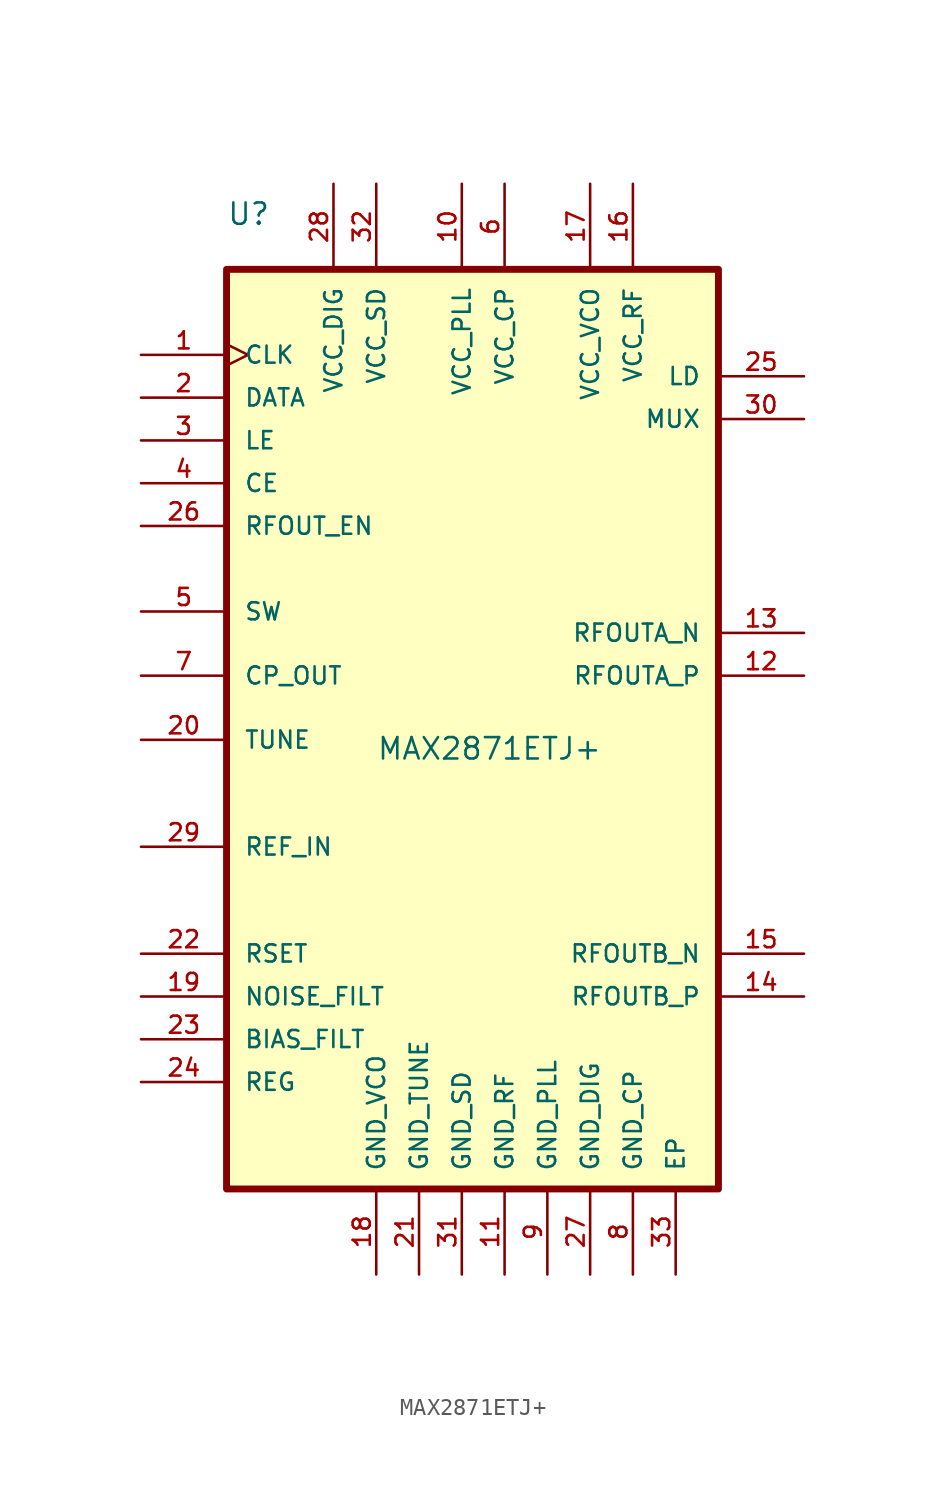
<source format=kicad_sym>
(kicad_symbol_lib
  (version 20211014)
  (generator kicad_symbol_editor)
  (symbol "MAX2871ETJ+"
    (pin_names
      (offset 1.016))
    (property "Reference" "U"
      (at -15.24 31.75 0)
      (effects (font (size 1.27 1.27)) (justify left bottom)))
    (property "Value" "MAX2871ETJ+"
      (at -6.35 0 0)
      (effects (font (size 1.27 1.27)) (justify left bottom)))
    (symbol "MAX2871ETJ+_0_0"
      (rectangle (start -15.24 29.21) (end 13.97 -25.4) (stroke (width 0.41) (type default) (color 0 0 0 0)) (fill (type background)))
      (pin input clock (at -20.32 24.13 0) (length 5.08) (name "CLK" (effects (font (size 1.016 1.016)))) (number "1" (effects (font (size 1.016 1.016)))))
      (pin power_in line (at -1.27 34.29 270) (length 5.08) (name "VCC_PLL" (effects (font (size 1.016 1.016)))) (number "10" (effects (font (size 1.016 1.016)))))
      (pin power_in line (at 1.27 -30.48 90) (length 5.08) (name "GND_RF" (effects (font (size 1.016 1.016)))) (number "11" (effects (font (size 1.016 1.016)))))
      (pin output line (at 19.05 5.08 180) (length 5.08) (name "RFOUTA_P" (effects (font (size 1.016 1.016)))) (number "12" (effects (font (size 1.016 1.016)))))
      (pin output line (at 19.05 7.62 180) (length 5.08) (name "RFOUTA_N" (effects (font (size 1.016 1.016)))) (number "13" (effects (font (size 1.016 1.016)))))
      (pin output line (at 19.05 -13.97 180) (length 5.08) (name "RFOUTB_P" (effects (font (size 1.016 1.016)))) (number "14" (effects (font (size 1.016 1.016)))))
      (pin output line (at 19.05 -11.43 180) (length 5.08) (name "RFOUTB_N" (effects (font (size 1.016 1.016)))) (number "15" (effects (font (size 1.016 1.016)))))
      (pin power_in line (at 8.89 34.29 270) (length 5.08) (name "VCC_RF" (effects (font (size 1.016 1.016)))) (number "16" (effects (font (size 1.016 1.016)))))
      (pin power_in line (at 6.35 34.29 270) (length 5.08) (name "VCC_VCO" (effects (font (size 1.016 1.016)))) (number "17" (effects (font (size 1.016 1.016)))))
      (pin power_in line (at -6.35 -30.48 90) (length 5.08) (name "GND_VCO" (effects (font (size 1.016 1.016)))) (number "18" (effects (font (size 1.016 1.016)))))
      (pin passive line (at -20.32 -13.97 0) (length 5.08) (name "NOISE_FILT" (effects (font (size 1.016 1.016)))) (number "19" (effects (font (size 1.016 1.016)))))
      (pin input line (at -20.32 21.59 0) (length 5.08) (name "DATA" (effects (font (size 1.016 1.016)))) (number "2" (effects (font (size 1.016 1.016)))))
      (pin input line (at -20.32 1.27 0) (length 5.08) (name "TUNE" (effects (font (size 1.016 1.016)))) (number "20" (effects (font (size 1.016 1.016)))))
      (pin power_in line (at -3.81 -30.48 90) (length 5.08) (name "GND_TUNE" (effects (font (size 1.016 1.016)))) (number "21" (effects (font (size 1.016 1.016)))))
      (pin input line (at -20.32 -11.43 0) (length 5.08) (name "RSET" (effects (font (size 1.016 1.016)))) (number "22" (effects (font (size 1.016 1.016)))))
      (pin passive line (at -20.32 -16.51 0) (length 5.08) (name "BIAS_FILT" (effects (font (size 1.016 1.016)))) (number "23" (effects (font (size 1.016 1.016)))))
      (pin passive line (at -20.32 -19.05 0) (length 5.08) (name "REG" (effects (font (size 1.016 1.016)))) (number "24" (effects (font (size 1.016 1.016)))))
      (pin output line (at 19.05 22.86 180) (length 5.08) (name "LD" (effects (font (size 1.016 1.016)))) (number "25" (effects (font (size 1.016 1.016)))))
      (pin output line (at -20.32 13.97 0) (length 5.08) (name "RFOUT_EN" (effects (font (size 1.016 1.016)))) (number "26" (effects (font (size 1.016 1.016)))))
      (pin power_in line (at 6.35 -30.48 90) (length 5.08) (name "GND_DIG" (effects (font (size 1.016 1.016)))) (number "27" (effects (font (size 1.016 1.016)))))
      (pin power_in line (at -8.89 34.29 270) (length 5.08) (name "VCC_DIG" (effects (font (size 1.016 1.016)))) (number "28" (effects (font (size 1.016 1.016)))))
      (pin input line (at -20.32 -5.08 0) (length 5.08) (name "REF_IN" (effects (font (size 1.016 1.016)))) (number "29" (effects (font (size 1.016 1.016)))))
      (pin input line (at -20.32 19.05 0) (length 5.08) (name "LE" (effects (font (size 1.016 1.016)))) (number "3" (effects (font (size 1.016 1.016)))))
      (pin bidirectional line (at 19.05 20.32 180) (length 5.08) (name "MUX" (effects (font (size 1.016 1.016)))) (number "30" (effects (font (size 1.016 1.016)))))
      (pin power_in line (at -1.27 -30.48 90) (length 5.08) (name "GND_SD" (effects (font (size 1.016 1.016)))) (number "31" (effects (font (size 1.016 1.016)))))
      (pin power_in line (at -6.35 34.29 270) (length 5.08) (name "VCC_SD" (effects (font (size 1.016 1.016)))) (number "32" (effects (font (size 1.016 1.016)))))
      (pin power_in line (at 11.43 -30.48 90) (length 5.08) (name "EP" (effects (font (size 1.016 1.016)))) (number "33" (effects (font (size 1.016 1.016)))))
      (pin input line (at -20.32 16.51 0) (length 5.08) (name "CE" (effects (font (size 1.016 1.016)))) (number "4" (effects (font (size 1.016 1.016)))))
      (pin input line (at -20.32 8.89 0) (length 5.08) (name "SW" (effects (font (size 1.016 1.016)))) (number "5" (effects (font (size 1.016 1.016)))))
      (pin power_in line (at 1.27 34.29 270) (length 5.08) (name "VCC_CP" (effects (font (size 1.016 1.016)))) (number "6" (effects (font (size 1.016 1.016)))))
      (pin output line (at -20.32 5.08 0) (length 5.08) (name "CP_OUT" (effects (font (size 1.016 1.016)))) (number "7" (effects (font (size 1.016 1.016)))))
      (pin power_in line (at 8.89 -30.48 90) (length 5.08) (name "GND_CP" (effects (font (size 1.016 1.016)))) (number "8" (effects (font (size 1.016 1.016)))))
      (pin power_in line (at 3.81 -30.48 90) (length 5.08) (name "GND_PLL" (effects (font (size 1.016 1.016)))) (number "9" (effects (font (size 1.016 1.016))))))))
</source>
